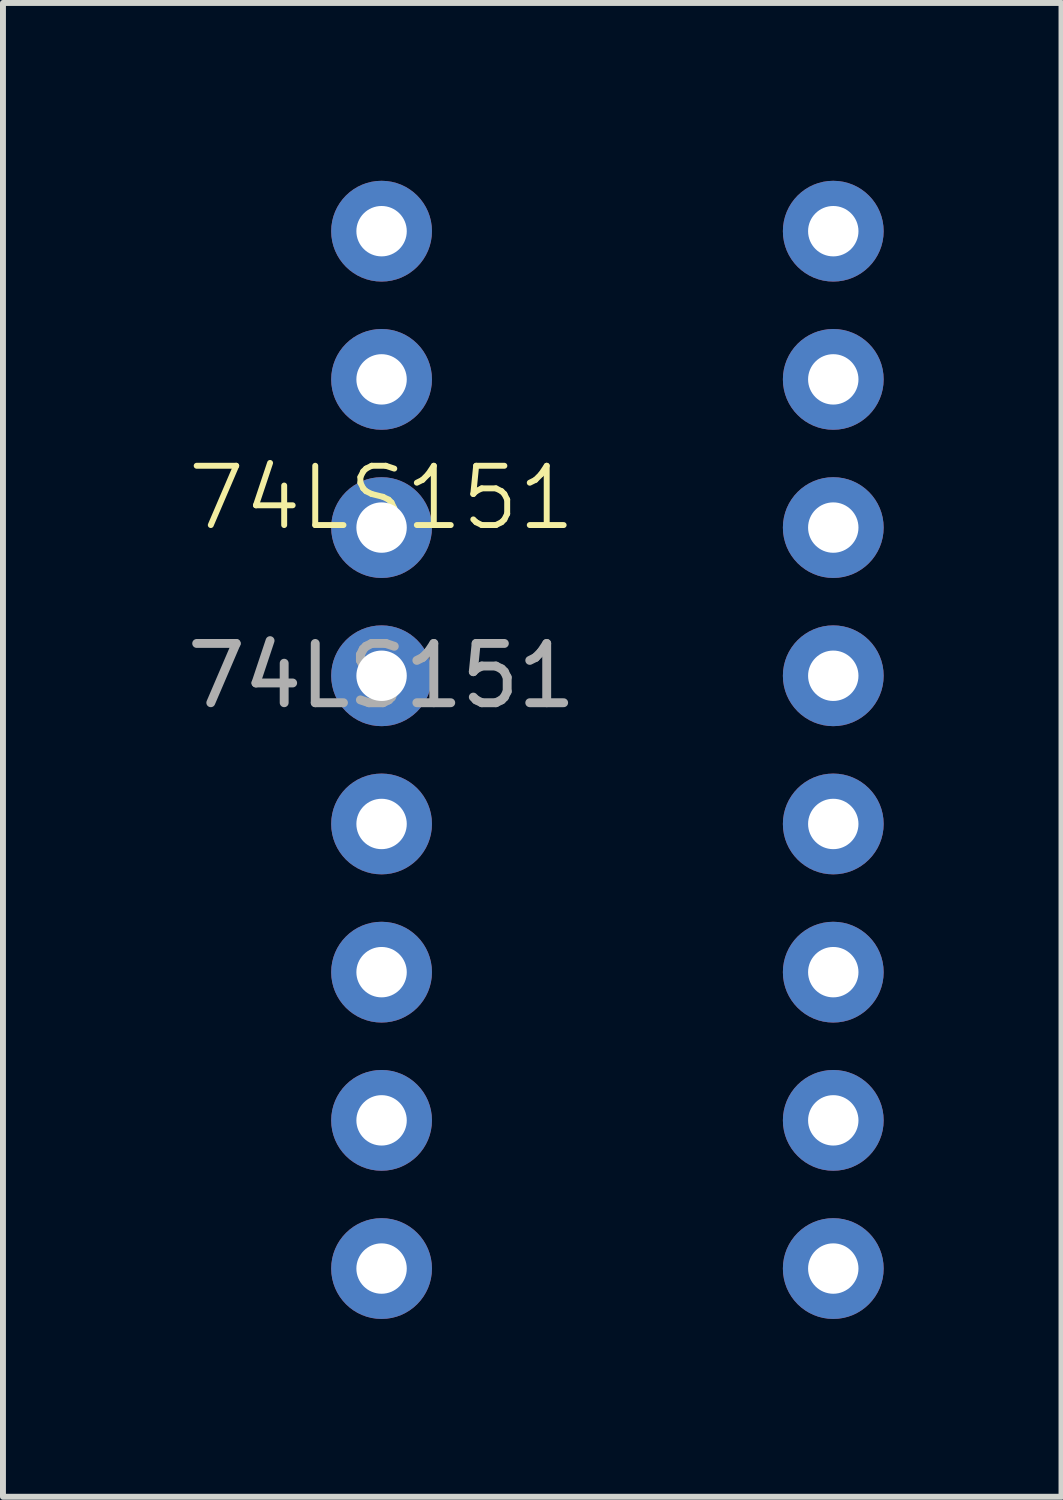
<source format=kicad_pcb>
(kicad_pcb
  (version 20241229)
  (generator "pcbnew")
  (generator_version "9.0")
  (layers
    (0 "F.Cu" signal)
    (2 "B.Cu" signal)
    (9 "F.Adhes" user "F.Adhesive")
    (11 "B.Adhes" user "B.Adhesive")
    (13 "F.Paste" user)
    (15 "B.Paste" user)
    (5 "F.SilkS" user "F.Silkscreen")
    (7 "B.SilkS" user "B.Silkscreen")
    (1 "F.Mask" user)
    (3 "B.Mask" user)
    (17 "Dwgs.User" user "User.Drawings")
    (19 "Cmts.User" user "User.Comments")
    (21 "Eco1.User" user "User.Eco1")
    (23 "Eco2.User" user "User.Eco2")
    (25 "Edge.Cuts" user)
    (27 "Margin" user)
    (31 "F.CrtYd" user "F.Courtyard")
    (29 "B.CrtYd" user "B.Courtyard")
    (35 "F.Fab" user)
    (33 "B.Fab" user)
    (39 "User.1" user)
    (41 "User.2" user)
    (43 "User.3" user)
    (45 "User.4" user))
  (footprint "74LS151"
    (layer "F.Cu")
    (at 3.387 5.85)
    (property "Reference" "74LS151" (at 0 -0.5 0) (unlocked yes) (layer "F.SilkS") (effects (font (size 1 1) (thickness 0.1))))
    (attr through_hole)
    (fp_text user "${REFERENCE}" (at 0 2.5 0) (unlocked yes) (layer "F.Fab") (effects (font (size 1 1) (thickness 0.15))))
    (pad "1" thru_hole circle (at 0 -5) (size 1.7 1.7) (drill 0.85) (layers "*.Cu" "*.Mask"))
    (pad "2" thru_hole circle (at 0 -2.5) (size 1.7 1.7) (drill 0.85) (layers "*.Cu" "*.Mask"))
    (pad "3" thru_hole circle (at 0 0) (size 1.7 1.7) (drill 0.85) (layers "*.Cu" "*.Mask"))
    (pad "4" thru_hole circle (at 0 2.5) (size 1.7 1.7) (drill 0.85) (layers "*.Cu" "*.Mask"))
    (pad "5" thru_hole circle (at 0 5) (size 1.7 1.7) (drill 0.85) (layers "*.Cu" "*.Mask"))
    (pad "6" thru_hole circle (at 0 7.5) (size 1.7 1.7) (drill 0.85) (layers "*.Cu" "*.Mask"))
    (pad "7" thru_hole circle (at 0 10) (size 1.7 1.7) (drill 0.85) (layers "*.Cu" "*.Mask"))
    (pad "8" thru_hole circle (at 0 12.5) (size 1.7 1.7) (drill 0.85) (layers "*.Cu" "*.Mask"))
    (pad "9" thru_hole circle (at 7.62 12.5) (size 1.7 1.7) (drill 0.85) (layers "*.Cu" "*.Mask"))
    (pad "10" thru_hole circle (at 7.62 10) (size 1.7 1.7) (drill 0.85) (layers "*.Cu" "*.Mask"))
    (pad "11" thru_hole circle (at 7.62 7.5) (size 1.7 1.7) (drill 0.85) (layers "*.Cu" "*.Mask"))
    (pad "12" thru_hole circle (at 7.62 5) (size 1.7 1.7) (drill 0.85) (layers "*.Cu" "*.Mask"))
    (pad "13" thru_hole circle (at 7.62 2.5) (size 1.7 1.7) (drill 0.85) (layers "*.Cu" "*.Mask"))
    (pad "14" thru_hole circle (at 7.62 0) (size 1.7 1.7) (drill 0.85) (layers "*.Cu" "*.Mask"))
    (pad "15" thru_hole circle (at 7.62 -2.5) (size 1.7 1.7) (drill 0.85) (layers "*.Cu" "*.Mask"))
    (pad "16" thru_hole circle (at 7.62 -5) (size 1.7 1.7) (drill 0.85) (layers "*.Cu" "*.Mask")))
  (gr_rect
    (start -3 -3)
    (end 14.857 22.2)
    (stroke (width 0.1) (type default))
    (fill no)
    (layer "Edge.Cuts")))
</source>
